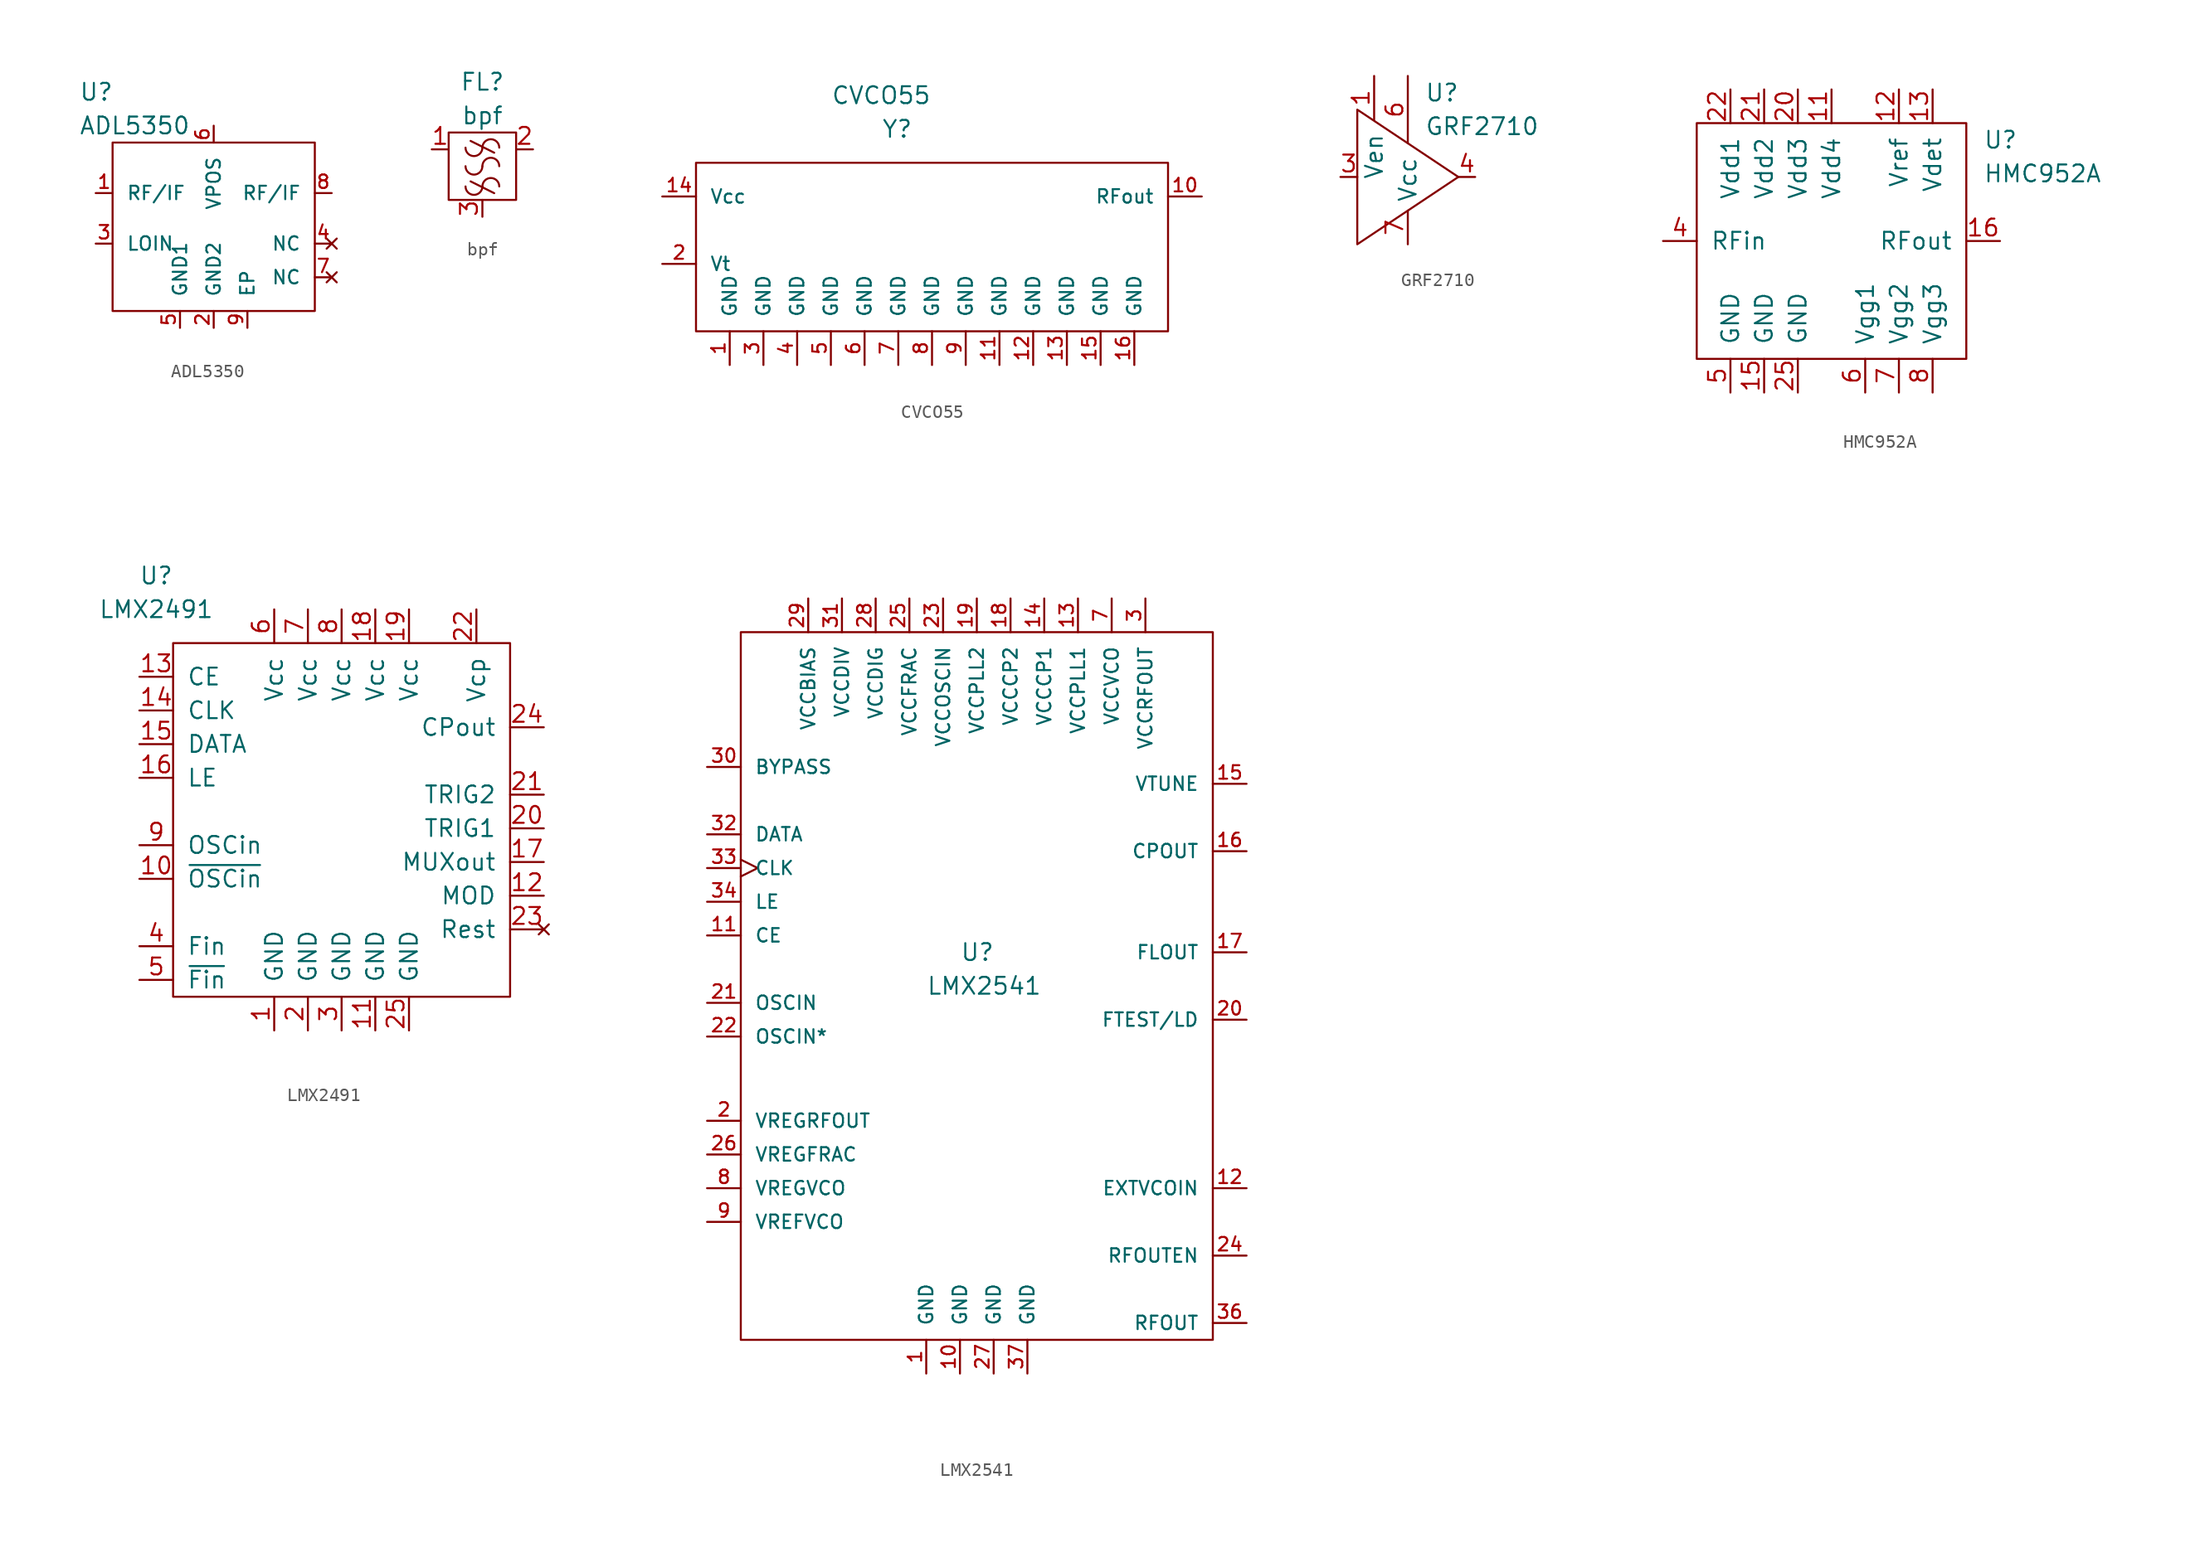
<source format=kicad_sym>
(kicad_symbol_lib
  (version 20211014)
  (generator kicad_symbol_editor)
  (symbol "ADL5350"
    (pin_names
      (offset 1.016))
    (property "Reference" "U"
      (at -10.16 10.16 0)
      (effects (font (size 1.27 1.27)) (justify left)))
    (property "Value" "ADL5350"
      (at -10.16 7.62 0)
      (effects (font (size 1.27 1.27)) (justify left)))
    (symbol "ADL5350_1_1"
      (rectangle (start -7.62 6.35) (end 7.62 -6.35) (stroke (width 0) (type default) (color 0 0 0 0)) (fill (type none)))
      (pin bidirectional line (at -8.89 2.54 0) (length 1.27) (name "RF/IF" (effects (font (size 1.016 1.016)))) (number "1" (effects (font (size 1.016 1.016)))))
      (pin power_in line (at 0 -7.62 90) (length 1.27) (name "GND2" (effects (font (size 1.016 1.016)))) (number "2" (effects (font (size 1.016 1.016)))))
      (pin input line (at -8.89 -1.27 0) (length 1.27) (name "LOIN" (effects (font (size 1.016 1.016)))) (number "3" (effects (font (size 1.016 1.016)))))
      (pin no_connect line (at 8.89 -1.27 180) (length 1.27) (name "NC" (effects (font (size 1.016 1.016)))) (number "4" (effects (font (size 1.016 1.016)))))
      (pin power_in line (at -2.54 -7.62 90) (length 1.27) (name "GND1" (effects (font (size 1.016 1.016)))) (number "5" (effects (font (size 1.016 1.016)))))
      (pin power_in line (at 0 7.62 270) (length 1.27) (name "VPOS" (effects (font (size 1.016 1.016)))) (number "6" (effects (font (size 1.016 1.016)))))
      (pin no_connect line (at 8.89 -3.81 180) (length 1.27) (name "NC" (effects (font (size 1.016 1.016)))) (number "7" (effects (font (size 1.016 1.016)))))
      (pin bidirectional line (at 8.89 2.54 180) (length 1.27) (name "RF/IF" (effects (font (size 1.016 1.016)))) (number "8" (effects (font (size 1.016 1.016)))))
      (pin power_in line (at 2.54 -7.62 90) (length 1.27) (name "EP" (effects (font (size 1.016 1.016)))) (number "9" (effects (font (size 1.016 1.016)))))))
  (symbol "bpf"
    (pin_names
      (offset 1.016))
    (property "Reference" "FL"
      (at 0 6.35 0)
      (effects (font (size 1.27 1.27))))
    (property "Value" "bpf"
      (at 0 3.81 0)
      (effects (font (size 1.27 1.27))))
    (symbol "bpf_0_1"
      (rectangle (start -2.54 2.54) (end 2.54 -2.54) (stroke (width 0) (type default) (color 0 0 0 0)) (fill (type none)))
      (arc (start -1.27 -1.524) (mid -0.635 -2.159) (end 0 -1.524) (stroke (width 0) (type default) (color 0 0 0 0)) (fill (type none)))
      (arc (start -1.27 0) (mid -0.635 -0.635) (end 0 0) (stroke (width 0) (type default) (color 0 0 0 0)) (fill (type none)))
      (arc (start -1.27 1.397) (mid -0.635 0.762) (end 0 1.397) (stroke (width 0) (type default) (color 0 0 0 0)) (fill (type none)))
      (polyline (pts (xy -0.889 -1.143) (xy 0.889 -2.032)) (stroke (width 0) (type default) (color 0 0 0 0)) (fill (type none)))
      (polyline (pts (xy -0.889 1.905) (xy 0.889 1.016)) (stroke (width 0) (type default) (color 0 0 0 0)) (fill (type none)))
      (arc (start 1.27 -1.524) (mid 0.635 -0.889) (end 0 -1.524) (stroke (width 0) (type default) (color 0 0 0 0)) (fill (type none)))
      (arc (start 1.27 0) (mid 0.635 0.635) (end 0 0) (stroke (width 0) (type default) (color 0 0 0 0)) (fill (type none)))
      (arc (start 1.27 1.397) (mid 0.635 2.032) (end 0 1.397) (stroke (width 0) (type default) (color 0 0 0 0)) (fill (type none))))
    (symbol "bpf_1_1"
      (pin input line (at -3.81 1.27 0) (length 1.27) (name "~" (effects (font (size 1.27 1.27)))) (number "1" (effects (font (size 1.27 1.27)))))
      (pin input line (at 3.81 1.27 180) (length 1.27) (name "~" (effects (font (size 1.27 1.27)))) (number "2" (effects (font (size 1.27 1.27)))))
      (pin input line (at 0 -3.81 90) (length 1.27) (name "~" (effects (font (size 1.27 1.27)))) (number "3" (effects (font (size 1.27 1.27)))))))
  (symbol "CVCO55"
    (pin_names
      (offset 1.016))
    (property "Reference" "Y"
      (at -3.81 7.62 0)
      (effects (font (size 1.27 1.27)) (justify left)))
    (property "Value" "CVCO55"
      (at -7.62 10.16 0)
      (effects (font (size 1.27 1.27)) (justify left)))
    (symbol "CVCO55_1_1"
      (rectangle (start -17.78 5.08) (end 17.78 -7.62) (stroke (width 0) (type default) (color 0 0 0 0)) (fill (type none)))
      (pin power_in line (at -15.24 -10.16 90) (length 2.54) (name "GND" (effects (font (size 1.016 1.016)))) (number "1" (effects (font (size 1.016 1.016)))))
      (pin output line (at 20.32 2.54 180) (length 2.54) (name "RFout" (effects (font (size 1.016 1.016)))) (number "10" (effects (font (size 1.016 1.016)))))
      (pin power_in line (at 5.08 -10.16 90) (length 2.54) (name "GND" (effects (font (size 1.016 1.016)))) (number "11" (effects (font (size 1.016 1.016)))))
      (pin power_in line (at 7.62 -10.16 90) (length 2.54) (name "GND" (effects (font (size 1.016 1.016)))) (number "12" (effects (font (size 1.016 1.016)))))
      (pin power_in line (at 10.16 -10.16 90) (length 2.54) (name "GND" (effects (font (size 1.016 1.016)))) (number "13" (effects (font (size 1.016 1.016)))))
      (pin power_in line (at -20.32 2.54 0) (length 2.54) (name "Vcc" (effects (font (size 1.016 1.016)))) (number "14" (effects (font (size 1.016 1.016)))))
      (pin power_in line (at 12.7 -10.16 90) (length 2.54) (name "GND" (effects (font (size 1.016 1.016)))) (number "15" (effects (font (size 1.016 1.016)))))
      (pin power_in line (at 15.24 -10.16 90) (length 2.54) (name "GND" (effects (font (size 1.016 1.016)))) (number "16" (effects (font (size 1.016 1.016)))))
      (pin input line (at -20.32 -2.54 0) (length 2.54) (name "Vt" (effects (font (size 1.016 1.016)))) (number "2" (effects (font (size 1.016 1.016)))))
      (pin power_out line (at -12.7 -10.16 90) (length 2.54) (name "GND" (effects (font (size 1.016 1.016)))) (number "3" (effects (font (size 1.016 1.016)))))
      (pin power_in line (at -10.16 -10.16 90) (length 2.54) (name "GND" (effects (font (size 1.016 1.016)))) (number "4" (effects (font (size 1.016 1.016)))))
      (pin power_in line (at -7.62 -10.16 90) (length 2.54) (name "GND" (effects (font (size 1.016 1.016)))) (number "5" (effects (font (size 1.016 1.016)))))
      (pin power_in line (at -5.08 -10.16 90) (length 2.54) (name "GND" (effects (font (size 1.016 1.016)))) (number "6" (effects (font (size 1.016 1.016)))))
      (pin power_in line (at -2.54 -10.16 90) (length 2.54) (name "GND" (effects (font (size 1.016 1.016)))) (number "7" (effects (font (size 1.016 1.016)))))
      (pin power_in line (at 0 -10.16 90) (length 2.54) (name "GND" (effects (font (size 1.016 1.016)))) (number "8" (effects (font (size 1.016 1.016)))))
      (pin power_in line (at 2.54 -10.16 90) (length 2.54) (name "GND" (effects (font (size 1.016 1.016)))) (number "9" (effects (font (size 1.016 1.016)))))))
  (symbol "GRF2710"
    (pin_names
      (offset 1.016))
    (property "Reference" "U"
      (at 1.27 6.35 0)
      (effects (font (size 1.27 1.27)) (justify left)))
    (property "Value" "GRF2710"
      (at 1.27 3.81 0)
      (effects (font (size 1.27 1.27)) (justify left)))
    (symbol "GRF2710_0_1"
      (polyline (pts (xy -3.81 3.81) (xy -3.81 -5.08) (xy 3.81 0) (xy -3.81 5.08) (xy -3.81 3.81)) (stroke (width 0) (type default) (color 0 0 0 0)) (fill (type none))))
    (symbol "GRF2710_1_1"
      (pin input line (at -2.54 7.62 270) (length 3.302) (name "Ven" (effects (font (size 1.27 1.27)))) (number "1" (effects (font (size 1.27 1.27)))))
      (pin input line (at -5.08 0 0) (length 1.27) (name "~" (effects (font (size 1.27 1.27)))) (number "3" (effects (font (size 1.27 1.27)))))
      (pin output line (at 5.08 0 180) (length 1.27) (name "~" (effects (font (size 1.27 1.27)))) (number "4" (effects (font (size 1.27 1.27)))))
      (pin power_in line (at 0 7.62 270) (length 5.08) (name "Vcc" (effects (font (size 1.27 1.27)))) (number "6" (effects (font (size 1.27 1.27)))))
      (pin power_in line (at 0 -5.08 90) (length 2.54) (name "~" (effects (font (size 1.27 1.27)))) (number "7" (effects (font (size 1.27 1.27)))))))
  (symbol "HMC952A"
    (pin_names
      (offset 1.016))
    (property "Reference" "U"
      (at 11.43 7.62 0)
      (effects (font (size 1.27 1.27)) (justify left)))
    (property "Value" "HMC952A"
      (at 11.43 5.08 0)
      (effects (font (size 1.27 1.27)) (justify left)))
    (symbol "HMC952A_0_1"
      (rectangle (start -10.16 8.89) (end 10.16 -8.89) (stroke (width 0) (type default) (color 0 0 0 0)) (fill (type none))))
    (symbol "HMC952A_1_1"
      (pin power_in line (at 0 11.43 270) (length 2.54) (name "Vdd4" (effects (font (size 1.27 1.27)))) (number "11" (effects (font (size 1.27 1.27)))))
      (pin input line (at 5.08 11.43 270) (length 2.54) (name "Vref" (effects (font (size 1.27 1.27)))) (number "12" (effects (font (size 1.27 1.27)))))
      (pin input line (at 7.62 11.43 270) (length 2.54) (name "Vdet" (effects (font (size 1.27 1.27)))) (number "13" (effects (font (size 1.27 1.27)))))
      (pin power_in line (at -5.08 -11.43 90) (length 2.54) (name "GND" (effects (font (size 1.27 1.27)))) (number "15" (effects (font (size 1.27 1.27)))))
      (pin output line (at 12.7 0 180) (length 2.54) (name "RFout" (effects (font (size 1.27 1.27)))) (number "16" (effects (font (size 1.27 1.27)))))
      (pin power_in line (at -2.54 11.43 270) (length 2.54) (name "Vdd3" (effects (font (size 1.27 1.27)))) (number "20" (effects (font (size 1.27 1.27)))))
      (pin power_in line (at -5.08 11.43 270) (length 2.54) (name "Vdd2" (effects (font (size 1.27 1.27)))) (number "21" (effects (font (size 1.27 1.27)))))
      (pin power_in line (at -7.62 11.43 270) (length 2.54) (name "Vdd1" (effects (font (size 1.27 1.27)))) (number "22" (effects (font (size 1.27 1.27)))))
      (pin power_in line (at -2.54 -11.43 90) (length 2.54) (name "GND" (effects (font (size 1.27 1.27)))) (number "25" (effects (font (size 1.27 1.27)))))
      (pin input line (at -12.7 0 0) (length 2.54) (name "RFin" (effects (font (size 1.27 1.27)))) (number "4" (effects (font (size 1.27 1.27)))))
      (pin power_in line (at -7.62 -11.43 90) (length 2.54) (name "GND" (effects (font (size 1.27 1.27)))) (number "5" (effects (font (size 1.27 1.27)))))
      (pin input line (at 2.54 -11.43 90) (length 2.54) (name "Vgg1" (effects (font (size 1.27 1.27)))) (number "6" (effects (font (size 1.27 1.27)))))
      (pin input line (at 5.08 -11.43 90) (length 2.54) (name "Vgg2" (effects (font (size 1.27 1.27)))) (number "7" (effects (font (size 1.27 1.27)))))
      (pin input line (at 7.62 -11.43 90) (length 2.54) (name "Vgg3" (effects (font (size 1.27 1.27)))) (number "8" (effects (font (size 1.27 1.27)))))))
  (symbol "LMX2491"
    (pin_names
      (offset 1.016))
    (property "Reference" "U"
      (at -13.97 16.51 0)
      (effects (font (size 1.27 1.27))))
    (property "Value" "LMX2491"
      (at -13.97 13.97 0)
      (effects (font (size 1.27 1.27))))
    (symbol "LMX2491_0_1"
      (rectangle (start -12.7 11.43) (end 12.7 -15.24) (stroke (width 0) (type default) (color 0 0 0 0)) (fill (type none))))
    (symbol "LMX2491_1_1"
      (pin power_in line (at -5.08 -17.78 90) (length 2.54) (name "GND" (effects (font (size 1.27 1.27)))) (number "1" (effects (font (size 1.27 1.27)))))
      (pin input line (at -15.24 -6.35 0) (length 2.54) (name "~{OSCin}" (effects (font (size 1.27 1.27)))) (number "10" (effects (font (size 1.27 1.27)))))
      (pin power_in line (at 2.54 -17.78 90) (length 2.54) (name "GND" (effects (font (size 1.27 1.27)))) (number "11" (effects (font (size 1.27 1.27)))))
      (pin bidirectional line (at 15.24 -7.62 180) (length 2.54) (name "MOD" (effects (font (size 1.27 1.27)))) (number "12" (effects (font (size 1.27 1.27)))))
      (pin input line (at -15.24 8.89 0) (length 2.54) (name "CE" (effects (font (size 1.27 1.27)))) (number "13" (effects (font (size 1.27 1.27)))))
      (pin input line (at -15.24 6.35 0) (length 2.54) (name "CLK" (effects (font (size 1.27 1.27)))) (number "14" (effects (font (size 1.27 1.27)))))
      (pin input line (at -15.24 3.81 0) (length 2.54) (name "DATA" (effects (font (size 1.27 1.27)))) (number "15" (effects (font (size 1.27 1.27)))))
      (pin input line (at -15.24 1.27 0) (length 2.54) (name "LE" (effects (font (size 1.27 1.27)))) (number "16" (effects (font (size 1.27 1.27)))))
      (pin bidirectional line (at 15.24 -5.08 180) (length 2.54) (name "MUXout" (effects (font (size 1.27 1.27)))) (number "17" (effects (font (size 1.27 1.27)))))
      (pin power_in line (at 2.54 13.97 270) (length 2.54) (name "Vcc" (effects (font (size 1.27 1.27)))) (number "18" (effects (font (size 1.27 1.27)))))
      (pin power_in line (at 5.08 13.97 270) (length 2.54) (name "Vcc" (effects (font (size 1.27 1.27)))) (number "19" (effects (font (size 1.27 1.27)))))
      (pin power_in line (at -2.54 -17.78 90) (length 2.54) (name "GND" (effects (font (size 1.27 1.27)))) (number "2" (effects (font (size 1.27 1.27)))))
      (pin bidirectional line (at 15.24 -2.54 180) (length 2.54) (name "TRIG1" (effects (font (size 1.27 1.27)))) (number "20" (effects (font (size 1.27 1.27)))))
      (pin bidirectional line (at 15.24 0 180) (length 2.54) (name "TRIG2" (effects (font (size 1.27 1.27)))) (number "21" (effects (font (size 1.27 1.27)))))
      (pin power_in line (at 10.16 13.97 270) (length 2.54) (name "Vcp" (effects (font (size 1.27 1.27)))) (number "22" (effects (font (size 1.27 1.27)))))
      (pin no_connect line (at 15.24 -10.16 180) (length 2.54) (name "Rest" (effects (font (size 1.27 1.27)))) (number "23" (effects (font (size 1.27 1.27)))))
      (pin output line (at 15.24 5.08 180) (length 2.54) (name "CPout" (effects (font (size 1.27 1.27)))) (number "24" (effects (font (size 1.27 1.27)))))
      (pin power_in line (at 5.08 -17.78 90) (length 2.54) (name "GND" (effects (font (size 1.27 1.27)))) (number "25" (effects (font (size 1.27 1.27)))))
      (pin power_in line (at 0 -17.78 90) (length 2.54) (name "GND" (effects (font (size 1.27 1.27)))) (number "3" (effects (font (size 1.27 1.27)))))
      (pin input line (at -15.24 -11.43 0) (length 2.54) (name "Fin" (effects (font (size 1.27 1.27)))) (number "4" (effects (font (size 1.27 1.27)))))
      (pin input line (at -15.24 -13.97 0) (length 2.54) (name "~{Fin}" (effects (font (size 1.27 1.27)))) (number "5" (effects (font (size 1.27 1.27)))))
      (pin power_in line (at -5.08 13.97 270) (length 2.54) (name "Vcc" (effects (font (size 1.27 1.27)))) (number "6" (effects (font (size 1.27 1.27)))))
      (pin power_in line (at -2.54 13.97 270) (length 2.54) (name "Vcc" (effects (font (size 1.27 1.27)))) (number "7" (effects (font (size 1.27 1.27)))))
      (pin power_in line (at 0 13.97 270) (length 2.54) (name "Vcc" (effects (font (size 1.27 1.27)))) (number "8" (effects (font (size 1.27 1.27)))))
      (pin input line (at -15.24 -3.81 0) (length 2.54) (name "OSCin" (effects (font (size 1.27 1.27)))) (number "9" (effects (font (size 1.27 1.27)))))))
  (symbol "LMX2541"
    (pin_names
      (offset 1.016))
    (property "Reference" "U"
      (at -1.27 1.27 0)
      (effects (font (size 1.27 1.27)) (justify left)))
    (property "Value" "LMX2541"
      (at -3.81 -1.27 0)
      (effects (font (size 1.27 1.27)) (justify left)))
    (symbol "LMX2541_0_1"
      (rectangle (start -17.78 25.4) (end 17.78 -27.94) (stroke (width 0) (type default) (color 0 0 0 0)) (fill (type none))))
    (symbol "LMX2541_1_1"
      (pin power_in line (at -3.81 -30.48 90) (length 2.54) (name "GND" (effects (font (size 1.016 1.016)))) (number "1" (effects (font (size 1.016 1.016)))))
      (pin power_in line (at -1.27 -30.48 90) (length 2.54) (name "GND" (effects (font (size 1.016 1.016)))) (number "10" (effects (font (size 1.016 1.016)))))
      (pin input line (at -20.32 2.54 0) (length 2.54) (name "CE" (effects (font (size 1.016 1.016)))) (number "11" (effects (font (size 1.016 1.016)))))
      (pin input line (at 20.32 -16.51 180) (length 2.54) (name "EXTVCOIN" (effects (font (size 1.016 1.016)))) (number "12" (effects (font (size 1.016 1.016)))))
      (pin power_in line (at 7.62 27.94 270) (length 2.54) (name "VCCPLL1" (effects (font (size 1.016 1.016)))) (number "13" (effects (font (size 1.016 1.016)))))
      (pin power_in line (at 5.08 27.94 270) (length 2.54) (name "VCCCP1" (effects (font (size 1.016 1.016)))) (number "14" (effects (font (size 1.016 1.016)))))
      (pin input line (at 20.32 13.97 180) (length 2.54) (name "VTUNE" (effects (font (size 1.016 1.016)))) (number "15" (effects (font (size 1.016 1.016)))))
      (pin output line (at 20.32 8.89 180) (length 2.54) (name "CPOUT" (effects (font (size 1.016 1.016)))) (number "16" (effects (font (size 1.016 1.016)))))
      (pin output line (at 20.32 1.27 180) (length 2.54) (name "FLOUT" (effects (font (size 1.016 1.016)))) (number "17" (effects (font (size 1.016 1.016)))))
      (pin power_in line (at 2.54 27.94 270) (length 2.54) (name "VCCCP2" (effects (font (size 1.016 1.016)))) (number "18" (effects (font (size 1.016 1.016)))))
      (pin power_in line (at 0 27.94 270) (length 2.54) (name "VCCPLL2" (effects (font (size 1.016 1.016)))) (number "19" (effects (font (size 1.016 1.016)))))
      (pin output line (at -20.32 -11.43 0) (length 2.54) (name "VREGRFOUT" (effects (font (size 1.016 1.016)))) (number "2" (effects (font (size 1.016 1.016)))))
      (pin output line (at 20.32 -3.81 180) (length 2.54) (name "FTEST/LD" (effects (font (size 1.016 1.016)))) (number "20" (effects (font (size 1.016 1.016)))))
      (pin input line (at -20.32 -2.54 0) (length 2.54) (name "OSCIN" (effects (font (size 1.016 1.016)))) (number "21" (effects (font (size 1.016 1.016)))))
      (pin input line (at -20.32 -5.08 0) (length 2.54) (name "OSCIN*" (effects (font (size 1.016 1.016)))) (number "22" (effects (font (size 1.016 1.016)))))
      (pin power_in line (at -2.54 27.94 270) (length 2.54) (name "VCCOSCIN" (effects (font (size 1.016 1.016)))) (number "23" (effects (font (size 1.016 1.016)))))
      (pin input line (at 20.32 -21.59 180) (length 2.54) (name "RFOUTEN" (effects (font (size 1.016 1.016)))) (number "24" (effects (font (size 1.016 1.016)))))
      (pin power_in line (at -5.08 27.94 270) (length 2.54) (name "VCCFRAC" (effects (font (size 1.016 1.016)))) (number "25" (effects (font (size 1.016 1.016)))))
      (pin output line (at -20.32 -13.97 0) (length 2.54) (name "VREGFRAC" (effects (font (size 1.016 1.016)))) (number "26" (effects (font (size 1.016 1.016)))))
      (pin power_in line (at 1.27 -30.48 90) (length 2.54) (name "GND" (effects (font (size 1.016 1.016)))) (number "27" (effects (font (size 1.016 1.016)))))
      (pin power_in line (at -7.62 27.94 270) (length 2.54) (name "VCCDIG" (effects (font (size 1.016 1.016)))) (number "28" (effects (font (size 1.016 1.016)))))
      (pin power_in line (at -12.7 27.94 270) (length 2.54) (name "VCCBIAS" (effects (font (size 1.016 1.016)))) (number "29" (effects (font (size 1.016 1.016)))))
      (pin power_in line (at 12.7 27.94 270) (length 2.54) (name "VCCRFOUT" (effects (font (size 1.016 1.016)))) (number "3" (effects (font (size 1.016 1.016)))))
      (pin passive line (at -20.32 15.24 0) (length 2.54) (name "BYPASS" (effects (font (size 1.016 1.016)))) (number "30" (effects (font (size 1.016 1.016)))))
      (pin power_in line (at -10.16 27.94 270) (length 2.54) (name "VCCDIV" (effects (font (size 1.016 1.016)))) (number "31" (effects (font (size 1.016 1.016)))))
      (pin input line (at -20.32 10.16 0) (length 2.54) (name "DATA" (effects (font (size 1.016 1.016)))) (number "32" (effects (font (size 1.016 1.016)))))
      (pin input clock (at -20.32 7.62 0) (length 2.54) (name "CLK" (effects (font (size 1.016 1.016)))) (number "33" (effects (font (size 1.016 1.016)))))
      (pin input line (at -20.32 5.08 0) (length 2.54) (name "LE" (effects (font (size 1.016 1.016)))) (number "34" (effects (font (size 1.016 1.016)))))
      (pin output line (at 20.32 -26.67 180) (length 2.54) (name "RFOUT" (effects (font (size 1.016 1.016)))) (number "36" (effects (font (size 1.016 1.016)))))
      (pin power_in line (at 3.81 -30.48 90) (length 2.54) (name "GND" (effects (font (size 1.016 1.016)))) (number "37" (effects (font (size 1.016 1.016)))))
      (pin power_in line (at 10.16 27.94 270) (length 2.54) (name "VCCVCO" (effects (font (size 1.016 1.016)))) (number "7" (effects (font (size 1.016 1.016)))))
      (pin output line (at -20.32 -16.51 0) (length 2.54) (name "VREGVCO" (effects (font (size 1.016 1.016)))) (number "8" (effects (font (size 1.016 1.016)))))
      (pin output line (at -20.32 -19.05 0) (length 2.54) (name "VREFVCO" (effects (font (size 1.016 1.016)))) (number "9" (effects (font (size 1.016 1.016))))))))
</source>
